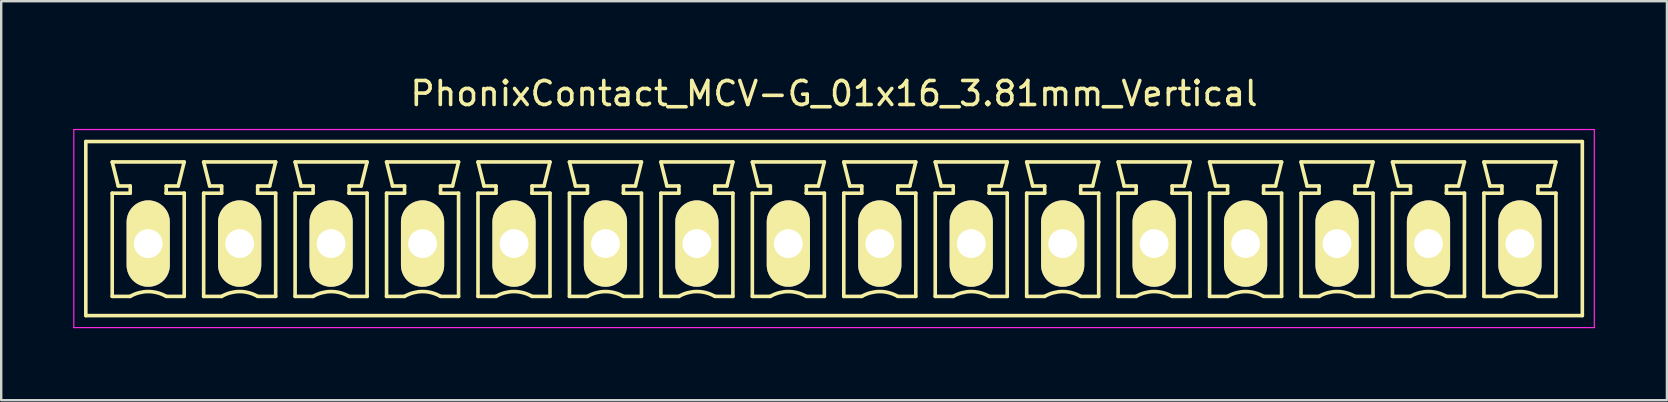
<source format=kicad_pcb>
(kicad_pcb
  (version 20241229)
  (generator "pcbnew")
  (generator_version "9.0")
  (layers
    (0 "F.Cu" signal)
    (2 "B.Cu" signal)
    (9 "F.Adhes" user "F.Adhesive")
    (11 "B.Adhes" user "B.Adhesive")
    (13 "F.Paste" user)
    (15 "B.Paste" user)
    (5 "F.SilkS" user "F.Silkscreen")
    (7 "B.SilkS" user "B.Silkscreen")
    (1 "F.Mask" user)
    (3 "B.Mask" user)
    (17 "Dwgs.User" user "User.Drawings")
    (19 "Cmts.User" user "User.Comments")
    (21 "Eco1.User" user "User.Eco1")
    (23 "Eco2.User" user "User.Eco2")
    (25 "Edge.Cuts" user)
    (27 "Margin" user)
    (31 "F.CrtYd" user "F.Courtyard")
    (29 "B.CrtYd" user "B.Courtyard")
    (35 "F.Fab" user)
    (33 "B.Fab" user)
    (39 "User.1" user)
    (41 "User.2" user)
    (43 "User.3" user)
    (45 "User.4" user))
  (footprint "PhonixContact_MCV-G_01x16_3.81mm_Vertical"
    (layer "F.Cu")
    (at 3.125 7.098)
    (property "Reference" "PhonixContact_MCV-G_01x16_3.81mm_Vertical" (at 28.575 -6.25 0) (layer "F.SilkS") (effects (font (size 1 1) (thickness 0.15))))
    (attr through_hole)
    (fp_line (start -2.6 -4.25) (end -2.6 3) (stroke (width 0.15) (type solid)) (layer "F.SilkS"))
    (fp_line (start -2.6 3) (end 59.75 3) (stroke (width 0.15) (type solid)) (layer "F.SilkS"))
    (fp_line (start -1.5 -3.4) (end 1.5 -3.4) (stroke (width 0.15) (type solid)) (layer "F.SilkS"))
    (fp_line (start -1.5 -2.1) (end -0.75 -2.1) (stroke (width 0.15) (type solid)) (layer "F.SilkS"))
    (fp_line (start -1.5 2.2) (end -1.5 -2.1) (stroke (width 0.15) (type solid)) (layer "F.SilkS"))
    (fp_line (start -1.25 -2.4) (end -1.5 -3.4) (stroke (width 0.15) (type solid)) (layer "F.SilkS"))
    (fp_line (start -0.75 -2.4) (end -1.25 -2.4) (stroke (width 0.15) (type solid)) (layer "F.SilkS"))
    (fp_line (start -0.75 -2.1) (end -0.75 -2.4) (stroke (width 0.15) (type solid)) (layer "F.SilkS"))
    (fp_line (start -0.75 2.2) (end -1.5 2.2) (stroke (width 0.15) (type solid)) (layer "F.SilkS"))
    (fp_line (start 0.75 -2.4) (end 0.75 -2.1) (stroke (width 0.15) (type solid)) (layer "F.SilkS"))
    (fp_line (start 0.75 -2.1) (end 0.75 -2.1) (stroke (width 0.15) (type solid)) (layer "F.SilkS"))
    (fp_line (start 0.75 -2.1) (end 1.5 -2.1) (stroke (width 0.15) (type solid)) (layer "F.SilkS"))
    (fp_line (start 1.25 -2.4) (end 0.75 -2.4) (stroke (width 0.15) (type solid)) (layer "F.SilkS"))
    (fp_line (start 1.5 -3.4) (end 1.25 -2.4) (stroke (width 0.15) (type solid)) (layer "F.SilkS"))
    (fp_line (start 1.5 -2.1) (end 1.5 2.2) (stroke (width 0.15) (type solid)) (layer "F.SilkS"))
    (fp_line (start 1.5 2.2) (end 0.75 2.2) (stroke (width 0.15) (type solid)) (layer "F.SilkS"))
    (fp_line (start 2.31 -3.4) (end 5.31 -3.4) (stroke (width 0.15) (type solid)) (layer "F.SilkS"))
    (fp_line (start 2.31 -2.1) (end 3.06 -2.1) (stroke (width 0.15) (type solid)) (layer "F.SilkS"))
    (fp_line (start 2.31 2.2) (end 2.31 -2.1) (stroke (width 0.15) (type solid)) (layer "F.SilkS"))
    (fp_line (start 2.56 -2.4) (end 2.31 -3.4) (stroke (width 0.15) (type solid)) (layer "F.SilkS"))
    (fp_line (start 3.06 -2.4) (end 2.56 -2.4) (stroke (width 0.15) (type solid)) (layer "F.SilkS"))
    (fp_line (start 3.06 -2.1) (end 3.06 -2.4) (stroke (width 0.15) (type solid)) (layer "F.SilkS"))
    (fp_line (start 3.06 2.2) (end 2.31 2.2) (stroke (width 0.15) (type solid)) (layer "F.SilkS"))
    (fp_line (start 4.56 -2.4) (end 4.56 -2.1) (stroke (width 0.15) (type solid)) (layer "F.SilkS"))
    (fp_line (start 4.56 -2.1) (end 4.56 -2.1) (stroke (width 0.15) (type solid)) (layer "F.SilkS"))
    (fp_line (start 4.56 -2.1) (end 5.31 -2.1) (stroke (width 0.15) (type solid)) (layer "F.SilkS"))
    (fp_line (start 5.06 -2.4) (end 4.56 -2.4) (stroke (width 0.15) (type solid)) (layer "F.SilkS"))
    (fp_line (start 5.31 -3.4) (end 5.06 -2.4) (stroke (width 0.15) (type solid)) (layer "F.SilkS"))
    (fp_line (start 5.31 -2.1) (end 5.31 2.2) (stroke (width 0.15) (type solid)) (layer "F.SilkS"))
    (fp_line (start 5.31 2.2) (end 4.56 2.2) (stroke (width 0.15) (type solid)) (layer "F.SilkS"))
    (fp_line (start 6.12 -3.4) (end 9.12 -3.4) (stroke (width 0.15) (type solid)) (layer "F.SilkS"))
    (fp_line (start 6.12 -2.1) (end 6.87 -2.1) (stroke (width 0.15) (type solid)) (layer "F.SilkS"))
    (fp_line (start 6.12 2.2) (end 6.12 -2.1) (stroke (width 0.15) (type solid)) (layer "F.SilkS"))
    (fp_line (start 6.37 -2.4) (end 6.12 -3.4) (stroke (width 0.15) (type solid)) (layer "F.SilkS"))
    (fp_line (start 6.87 -2.4) (end 6.37 -2.4) (stroke (width 0.15) (type solid)) (layer "F.SilkS"))
    (fp_line (start 6.87 -2.1) (end 6.87 -2.4) (stroke (width 0.15) (type solid)) (layer "F.SilkS"))
    (fp_line (start 6.87 2.2) (end 6.12 2.2) (stroke (width 0.15) (type solid)) (layer "F.SilkS"))
    (fp_line (start 8.37 -2.4) (end 8.37 -2.1) (stroke (width 0.15) (type solid)) (layer "F.SilkS"))
    (fp_line (start 8.37 -2.1) (end 8.37 -2.1) (stroke (width 0.15) (type solid)) (layer "F.SilkS"))
    (fp_line (start 8.37 -2.1) (end 9.12 -2.1) (stroke (width 0.15) (type solid)) (layer "F.SilkS"))
    (fp_line (start 8.87 -2.4) (end 8.37 -2.4) (stroke (width 0.15) (type solid)) (layer "F.SilkS"))
    (fp_line (start 9.12 -3.4) (end 8.87 -2.4) (stroke (width 0.15) (type solid)) (layer "F.SilkS"))
    (fp_line (start 9.12 -2.1) (end 9.12 2.2) (stroke (width 0.15) (type solid)) (layer "F.SilkS"))
    (fp_line (start 9.12 2.2) (end 8.37 2.2) (stroke (width 0.15) (type solid)) (layer "F.SilkS"))
    (fp_line (start 9.93 -3.4) (end 12.93 -3.4) (stroke (width 0.15) (type solid)) (layer "F.SilkS"))
    (fp_line (start 9.93 -2.1) (end 10.68 -2.1) (stroke (width 0.15) (type solid)) (layer "F.SilkS"))
    (fp_line (start 9.93 2.2) (end 9.93 -2.1) (stroke (width 0.15) (type solid)) (layer "F.SilkS"))
    (fp_line (start 10.18 -2.4) (end 9.93 -3.4) (stroke (width 0.15) (type solid)) (layer "F.SilkS"))
    (fp_line (start 10.68 -2.4) (end 10.18 -2.4) (stroke (width 0.15) (type solid)) (layer "F.SilkS"))
    (fp_line (start 10.68 -2.1) (end 10.68 -2.4) (stroke (width 0.15) (type solid)) (layer "F.SilkS"))
    (fp_line (start 10.68 2.2) (end 9.93 2.2) (stroke (width 0.15) (type solid)) (layer "F.SilkS"))
    (fp_line (start 12.18 -2.4) (end 12.18 -2.1) (stroke (width 0.15) (type solid)) (layer "F.SilkS"))
    (fp_line (start 12.18 -2.1) (end 12.18 -2.1) (stroke (width 0.15) (type solid)) (layer "F.SilkS"))
    (fp_line (start 12.18 -2.1) (end 12.93 -2.1) (stroke (width 0.15) (type solid)) (layer "F.SilkS"))
    (fp_line (start 12.68 -2.4) (end 12.18 -2.4) (stroke (width 0.15) (type solid)) (layer "F.SilkS"))
    (fp_line (start 12.93 -3.4) (end 12.68 -2.4) (stroke (width 0.15) (type solid)) (layer "F.SilkS"))
    (fp_line (start 12.93 -2.1) (end 12.93 2.2) (stroke (width 0.15) (type solid)) (layer "F.SilkS"))
    (fp_line (start 12.93 2.2) (end 12.18 2.2) (stroke (width 0.15) (type solid)) (layer "F.SilkS"))
    (fp_line (start 13.74 -3.4) (end 16.74 -3.4) (stroke (width 0.15) (type solid)) (layer "F.SilkS"))
    (fp_line (start 13.74 -2.1) (end 14.49 -2.1) (stroke (width 0.15) (type solid)) (layer "F.SilkS"))
    (fp_line (start 13.74 2.2) (end 13.74 -2.1) (stroke (width 0.15) (type solid)) (layer "F.SilkS"))
    (fp_line (start 13.99 -2.4) (end 13.74 -3.4) (stroke (width 0.15) (type solid)) (layer "F.SilkS"))
    (fp_line (start 14.49 -2.4) (end 13.99 -2.4) (stroke (width 0.15) (type solid)) (layer "F.SilkS"))
    (fp_line (start 14.49 -2.1) (end 14.49 -2.4) (stroke (width 0.15) (type solid)) (layer "F.SilkS"))
    (fp_line (start 14.49 2.2) (end 13.74 2.2) (stroke (width 0.15) (type solid)) (layer "F.SilkS"))
    (fp_line (start 15.99 -2.4) (end 15.99 -2.1) (stroke (width 0.15) (type solid)) (layer "F.SilkS"))
    (fp_line (start 15.99 -2.1) (end 15.99 -2.1) (stroke (width 0.15) (type solid)) (layer "F.SilkS"))
    (fp_line (start 15.99 -2.1) (end 16.74 -2.1) (stroke (width 0.15) (type solid)) (layer "F.SilkS"))
    (fp_line (start 16.49 -2.4) (end 15.99 -2.4) (stroke (width 0.15) (type solid)) (layer "F.SilkS"))
    (fp_line (start 16.74 -3.4) (end 16.49 -2.4) (stroke (width 0.15) (type solid)) (layer "F.SilkS"))
    (fp_line (start 16.74 -2.1) (end 16.74 2.2) (stroke (width 0.15) (type solid)) (layer "F.SilkS"))
    (fp_line (start 16.74 2.2) (end 15.99 2.2) (stroke (width 0.15) (type solid)) (layer "F.SilkS"))
    (fp_line (start 17.55 -3.4) (end 20.55 -3.4) (stroke (width 0.15) (type solid)) (layer "F.SilkS"))
    (fp_line (start 17.55 -2.1) (end 18.3 -2.1) (stroke (width 0.15) (type solid)) (layer "F.SilkS"))
    (fp_line (start 17.55 2.2) (end 17.55 -2.1) (stroke (width 0.15) (type solid)) (layer "F.SilkS"))
    (fp_line (start 17.8 -2.4) (end 17.55 -3.4) (stroke (width 0.15) (type solid)) (layer "F.SilkS"))
    (fp_line (start 18.3 -2.4) (end 17.8 -2.4) (stroke (width 0.15) (type solid)) (layer "F.SilkS"))
    (fp_line (start 18.3 -2.1) (end 18.3 -2.4) (stroke (width 0.15) (type solid)) (layer "F.SilkS"))
    (fp_line (start 18.3 2.2) (end 17.55 2.2) (stroke (width 0.15) (type solid)) (layer "F.SilkS"))
    (fp_line (start 19.8 -2.4) (end 19.8 -2.1) (stroke (width 0.15) (type solid)) (layer "F.SilkS"))
    (fp_line (start 19.8 -2.1) (end 19.8 -2.1) (stroke (width 0.15) (type solid)) (layer "F.SilkS"))
    (fp_line (start 19.8 -2.1) (end 20.55 -2.1) (stroke (width 0.15) (type solid)) (layer "F.SilkS"))
    (fp_line (start 20.3 -2.4) (end 19.8 -2.4) (stroke (width 0.15) (type solid)) (layer "F.SilkS"))
    (fp_line (start 20.55 -3.4) (end 20.3 -2.4) (stroke (width 0.15) (type solid)) (layer "F.SilkS"))
    (fp_line (start 20.55 -2.1) (end 20.55 2.2) (stroke (width 0.15) (type solid)) (layer "F.SilkS"))
    (fp_line (start 20.55 2.2) (end 19.8 2.2) (stroke (width 0.15) (type solid)) (layer "F.SilkS"))
    (fp_line (start 21.36 -3.4) (end 24.36 -3.4) (stroke (width 0.15) (type solid)) (layer "F.SilkS"))
    (fp_line (start 21.36 -2.1) (end 22.11 -2.1) (stroke (width 0.15) (type solid)) (layer "F.SilkS"))
    (fp_line (start 21.36 2.2) (end 21.36 -2.1) (stroke (width 0.15) (type solid)) (layer "F.SilkS"))
    (fp_line (start 21.61 -2.4) (end 21.36 -3.4) (stroke (width 0.15) (type solid)) (layer "F.SilkS"))
    (fp_line (start 22.11 -2.4) (end 21.61 -2.4) (stroke (width 0.15) (type solid)) (layer "F.SilkS"))
    (fp_line (start 22.11 -2.1) (end 22.11 -2.4) (stroke (width 0.15) (type solid)) (layer "F.SilkS"))
    (fp_line (start 22.11 2.2) (end 21.36 2.2) (stroke (width 0.15) (type solid)) (layer "F.SilkS"))
    (fp_line (start 23.61 -2.4) (end 23.61 -2.1) (stroke (width 0.15) (type solid)) (layer "F.SilkS"))
    (fp_line (start 23.61 -2.1) (end 23.61 -2.1) (stroke (width 0.15) (type solid)) (layer "F.SilkS"))
    (fp_line (start 23.61 -2.1) (end 24.36 -2.1) (stroke (width 0.15) (type solid)) (layer "F.SilkS"))
    (fp_line (start 24.11 -2.4) (end 23.61 -2.4) (stroke (width 0.15) (type solid)) (layer "F.SilkS"))
    (fp_line (start 24.36 -3.4) (end 24.11 -2.4) (stroke (width 0.15) (type solid)) (layer "F.SilkS"))
    (fp_line (start 24.36 -2.1) (end 24.36 2.2) (stroke (width 0.15) (type solid)) (layer "F.SilkS"))
    (fp_line (start 24.36 2.2) (end 23.61 2.2) (stroke (width 0.15) (type solid)) (layer "F.SilkS"))
    (fp_line (start 25.17 -3.4) (end 28.17 -3.4) (stroke (width 0.15) (type solid)) (layer "F.SilkS"))
    (fp_line (start 25.17 -2.1) (end 25.92 -2.1) (stroke (width 0.15) (type solid)) (layer "F.SilkS"))
    (fp_line (start 25.17 2.2) (end 25.17 -2.1) (stroke (width 0.15) (type solid)) (layer "F.SilkS"))
    (fp_line (start 25.42 -2.4) (end 25.17 -3.4) (stroke (width 0.15) (type solid)) (layer "F.SilkS"))
    (fp_line (start 25.92 -2.4) (end 25.42 -2.4) (stroke (width 0.15) (type solid)) (layer "F.SilkS"))
    (fp_line (start 25.92 -2.1) (end 25.92 -2.4) (stroke (width 0.15) (type solid)) (layer "F.SilkS"))
    (fp_line (start 25.92 2.2) (end 25.17 2.2) (stroke (width 0.15) (type solid)) (layer "F.SilkS"))
    (fp_line (start 27.42 -2.4) (end 27.42 -2.1) (stroke (width 0.15) (type solid)) (layer "F.SilkS"))
    (fp_line (start 27.42 -2.1) (end 27.42 -2.1) (stroke (width 0.15) (type solid)) (layer "F.SilkS"))
    (fp_line (start 27.42 -2.1) (end 28.17 -2.1) (stroke (width 0.15) (type solid)) (layer "F.SilkS"))
    (fp_line (start 27.92 -2.4) (end 27.42 -2.4) (stroke (width 0.15) (type solid)) (layer "F.SilkS"))
    (fp_line (start 28.17 -3.4) (end 27.92 -2.4) (stroke (width 0.15) (type solid)) (layer "F.SilkS"))
    (fp_line (start 28.17 -2.1) (end 28.17 2.2) (stroke (width 0.15) (type solid)) (layer "F.SilkS"))
    (fp_line (start 28.17 2.2) (end 27.42 2.2) (stroke (width 0.15) (type solid)) (layer "F.SilkS"))
    (fp_line (start 28.98 -3.4) (end 31.98 -3.4) (stroke (width 0.15) (type solid)) (layer "F.SilkS"))
    (fp_line (start 28.98 -2.1) (end 29.73 -2.1) (stroke (width 0.15) (type solid)) (layer "F.SilkS"))
    (fp_line (start 28.98 2.2) (end 28.98 -2.1) (stroke (width 0.15) (type solid)) (layer "F.SilkS"))
    (fp_line (start 29.23 -2.4) (end 28.98 -3.4) (stroke (width 0.15) (type solid)) (layer "F.SilkS"))
    (fp_line (start 29.73 -2.4) (end 29.23 -2.4) (stroke (width 0.15) (type solid)) (layer "F.SilkS"))
    (fp_line (start 29.73 -2.1) (end 29.73 -2.4) (stroke (width 0.15) (type solid)) (layer "F.SilkS"))
    (fp_line (start 29.73 2.2) (end 28.98 2.2) (stroke (width 0.15) (type solid)) (layer "F.SilkS"))
    (fp_line (start 31.23 -2.4) (end 31.23 -2.1) (stroke (width 0.15) (type solid)) (layer "F.SilkS"))
    (fp_line (start 31.23 -2.1) (end 31.23 -2.1) (stroke (width 0.15) (type solid)) (layer "F.SilkS"))
    (fp_line (start 31.23 -2.1) (end 31.98 -2.1) (stroke (width 0.15) (type solid)) (layer "F.SilkS"))
    (fp_line (start 31.73 -2.4) (end 31.23 -2.4) (stroke (width 0.15) (type solid)) (layer "F.SilkS"))
    (fp_line (start 31.98 -3.4) (end 31.73 -2.4) (stroke (width 0.15) (type solid)) (layer "F.SilkS"))
    (fp_line (start 31.98 -2.1) (end 31.98 2.2) (stroke (width 0.15) (type solid)) (layer "F.SilkS"))
    (fp_line (start 31.98 2.2) (end 31.23 2.2) (stroke (width 0.15) (type solid)) (layer "F.SilkS"))
    (fp_line (start 32.79 -3.4) (end 35.79 -3.4) (stroke (width 0.15) (type solid)) (layer "F.SilkS"))
    (fp_line (start 32.79 -2.1) (end 33.54 -2.1) (stroke (width 0.15) (type solid)) (layer "F.SilkS"))
    (fp_line (start 32.79 2.2) (end 32.79 -2.1) (stroke (width 0.15) (type solid)) (layer "F.SilkS"))
    (fp_line (start 33.04 -2.4) (end 32.79 -3.4) (stroke (width 0.15) (type solid)) (layer "F.SilkS"))
    (fp_line (start 33.54 -2.4) (end 33.04 -2.4) (stroke (width 0.15) (type solid)) (layer "F.SilkS"))
    (fp_line (start 33.54 -2.1) (end 33.54 -2.4) (stroke (width 0.15) (type solid)) (layer "F.SilkS"))
    (fp_line (start 33.54 2.2) (end 32.79 2.2) (stroke (width 0.15) (type solid)) (layer "F.SilkS"))
    (fp_line (start 35.04 -2.4) (end 35.04 -2.1) (stroke (width 0.15) (type solid)) (layer "F.SilkS"))
    (fp_line (start 35.04 -2.1) (end 35.04 -2.1) (stroke (width 0.15) (type solid)) (layer "F.SilkS"))
    (fp_line (start 35.04 -2.1) (end 35.79 -2.1) (stroke (width 0.15) (type solid)) (layer "F.SilkS"))
    (fp_line (start 35.54 -2.4) (end 35.04 -2.4) (stroke (width 0.15) (type solid)) (layer "F.SilkS"))
    (fp_line (start 35.79 -3.4) (end 35.54 -2.4) (stroke (width 0.15) (type solid)) (layer "F.SilkS"))
    (fp_line (start 35.79 -2.1) (end 35.79 2.2) (stroke (width 0.15) (type solid)) (layer "F.SilkS"))
    (fp_line (start 35.79 2.2) (end 35.04 2.2) (stroke (width 0.15) (type solid)) (layer "F.SilkS"))
    (fp_line (start 36.6 -3.4) (end 39.6 -3.4) (stroke (width 0.15) (type solid)) (layer "F.SilkS"))
    (fp_line (start 36.6 -2.1) (end 37.35 -2.1) (stroke (width 0.15) (type solid)) (layer "F.SilkS"))
    (fp_line (start 36.6 2.2) (end 36.6 -2.1) (stroke (width 0.15) (type solid)) (layer "F.SilkS"))
    (fp_line (start 36.85 -2.4) (end 36.6 -3.4) (stroke (width 0.15) (type solid)) (layer "F.SilkS"))
    (fp_line (start 37.35 -2.4) (end 36.85 -2.4) (stroke (width 0.15) (type solid)) (layer "F.SilkS"))
    (fp_line (start 37.35 -2.1) (end 37.35 -2.4) (stroke (width 0.15) (type solid)) (layer "F.SilkS"))
    (fp_line (start 37.35 2.2) (end 36.6 2.2) (stroke (width 0.15) (type solid)) (layer "F.SilkS"))
    (fp_line (start 38.85 -2.4) (end 38.85 -2.1) (stroke (width 0.15) (type solid)) (layer "F.SilkS"))
    (fp_line (start 38.85 -2.1) (end 38.85 -2.1) (stroke (width 0.15) (type solid)) (layer "F.SilkS"))
    (fp_line (start 38.85 -2.1) (end 39.6 -2.1) (stroke (width 0.15) (type solid)) (layer "F.SilkS"))
    (fp_line (start 39.35 -2.4) (end 38.85 -2.4) (stroke (width 0.15) (type solid)) (layer "F.SilkS"))
    (fp_line (start 39.6 -3.4) (end 39.35 -2.4) (stroke (width 0.15) (type solid)) (layer "F.SilkS"))
    (fp_line (start 39.6 -2.1) (end 39.6 2.2) (stroke (width 0.15) (type solid)) (layer "F.SilkS"))
    (fp_line (start 39.6 2.2) (end 38.85 2.2) (stroke (width 0.15) (type solid)) (layer "F.SilkS"))
    (fp_line (start 40.41 -3.4) (end 43.41 -3.4) (stroke (width 0.15) (type solid)) (layer "F.SilkS"))
    (fp_line (start 40.41 -2.1) (end 41.16 -2.1) (stroke (width 0.15) (type solid)) (layer "F.SilkS"))
    (fp_line (start 40.41 2.2) (end 40.41 -2.1) (stroke (width 0.15) (type solid)) (layer "F.SilkS"))
    (fp_line (start 40.66 -2.4) (end 40.41 -3.4) (stroke (width 0.15) (type solid)) (layer "F.SilkS"))
    (fp_line (start 41.16 -2.4) (end 40.66 -2.4) (stroke (width 0.15) (type solid)) (layer "F.SilkS"))
    (fp_line (start 41.16 -2.1) (end 41.16 -2.4) (stroke (width 0.15) (type solid)) (layer "F.SilkS"))
    (fp_line (start 41.16 2.2) (end 40.41 2.2) (stroke (width 0.15) (type solid)) (layer "F.SilkS"))
    (fp_line (start 42.66 -2.4) (end 42.66 -2.1) (stroke (width 0.15) (type solid)) (layer "F.SilkS"))
    (fp_line (start 42.66 -2.1) (end 42.66 -2.1) (stroke (width 0.15) (type solid)) (layer "F.SilkS"))
    (fp_line (start 42.66 -2.1) (end 43.41 -2.1) (stroke (width 0.15) (type solid)) (layer "F.SilkS"))
    (fp_line (start 43.16 -2.4) (end 42.66 -2.4) (stroke (width 0.15) (type solid)) (layer "F.SilkS"))
    (fp_line (start 43.41 -3.4) (end 43.16 -2.4) (stroke (width 0.15) (type solid)) (layer "F.SilkS"))
    (fp_line (start 43.41 -2.1) (end 43.41 2.2) (stroke (width 0.15) (type solid)) (layer "F.SilkS"))
    (fp_line (start 43.41 2.2) (end 42.66 2.2) (stroke (width 0.15) (type solid)) (layer "F.SilkS"))
    (fp_line (start 44.22 -3.4) (end 47.22 -3.4) (stroke (width 0.15) (type solid)) (layer "F.SilkS"))
    (fp_line (start 44.22 -2.1) (end 44.97 -2.1) (stroke (width 0.15) (type solid)) (layer "F.SilkS"))
    (fp_line (start 44.22 2.2) (end 44.22 -2.1) (stroke (width 0.15) (type solid)) (layer "F.SilkS"))
    (fp_line (start 44.47 -2.4) (end 44.22 -3.4) (stroke (width 0.15) (type solid)) (layer "F.SilkS"))
    (fp_line (start 44.97 -2.4) (end 44.47 -2.4) (stroke (width 0.15) (type solid)) (layer "F.SilkS"))
    (fp_line (start 44.97 -2.1) (end 44.97 -2.4) (stroke (width 0.15) (type solid)) (layer "F.SilkS"))
    (fp_line (start 44.97 2.2) (end 44.22 2.2) (stroke (width 0.15) (type solid)) (layer "F.SilkS"))
    (fp_line (start 46.47 -2.4) (end 46.47 -2.1) (stroke (width 0.15) (type solid)) (layer "F.SilkS"))
    (fp_line (start 46.47 -2.1) (end 46.47 -2.1) (stroke (width 0.15) (type solid)) (layer "F.SilkS"))
    (fp_line (start 46.47 -2.1) (end 47.22 -2.1) (stroke (width 0.15) (type solid)) (layer "F.SilkS"))
    (fp_line (start 46.97 -2.4) (end 46.47 -2.4) (stroke (width 0.15) (type solid)) (layer "F.SilkS"))
    (fp_line (start 47.22 -3.4) (end 46.97 -2.4) (stroke (width 0.15) (type solid)) (layer "F.SilkS"))
    (fp_line (start 47.22 -2.1) (end 47.22 2.2) (stroke (width 0.15) (type solid)) (layer "F.SilkS"))
    (fp_line (start 47.22 2.2) (end 46.47 2.2) (stroke (width 0.15) (type solid)) (layer "F.SilkS"))
    (fp_line (start 48.03 -3.4) (end 51.03 -3.4) (stroke (width 0.15) (type solid)) (layer "F.SilkS"))
    (fp_line (start 48.03 -2.1) (end 48.78 -2.1) (stroke (width 0.15) (type solid)) (layer "F.SilkS"))
    (fp_line (start 48.03 2.2) (end 48.03 -2.1) (stroke (width 0.15) (type solid)) (layer "F.SilkS"))
    (fp_line (start 48.28 -2.4) (end 48.03 -3.4) (stroke (width 0.15) (type solid)) (layer "F.SilkS"))
    (fp_line (start 48.78 -2.4) (end 48.28 -2.4) (stroke (width 0.15) (type solid)) (layer "F.SilkS"))
    (fp_line (start 48.78 -2.1) (end 48.78 -2.4) (stroke (width 0.15) (type solid)) (layer "F.SilkS"))
    (fp_line (start 48.78 2.2) (end 48.03 2.2) (stroke (width 0.15) (type solid)) (layer "F.SilkS"))
    (fp_line (start 50.28 -2.4) (end 50.28 -2.1) (stroke (width 0.15) (type solid)) (layer "F.SilkS"))
    (fp_line (start 50.28 -2.1) (end 50.28 -2.1) (stroke (width 0.15) (type solid)) (layer "F.SilkS"))
    (fp_line (start 50.28 -2.1) (end 51.03 -2.1) (stroke (width 0.15) (type solid)) (layer "F.SilkS"))
    (fp_line (start 50.78 -2.4) (end 50.28 -2.4) (stroke (width 0.15) (type solid)) (layer "F.SilkS"))
    (fp_line (start 51.03 -3.4) (end 50.78 -2.4) (stroke (width 0.15) (type solid)) (layer "F.SilkS"))
    (fp_line (start 51.03 -2.1) (end 51.03 2.2) (stroke (width 0.15) (type solid)) (layer "F.SilkS"))
    (fp_line (start 51.03 2.2) (end 50.28 2.2) (stroke (width 0.15) (type solid)) (layer "F.SilkS"))
    (fp_line (start 51.84 -3.4) (end 54.84 -3.4) (stroke (width 0.15) (type solid)) (layer "F.SilkS"))
    (fp_line (start 51.84 -2.1) (end 52.59 -2.1) (stroke (width 0.15) (type solid)) (layer "F.SilkS"))
    (fp_line (start 51.84 2.2) (end 51.84 -2.1) (stroke (width 0.15) (type solid)) (layer "F.SilkS"))
    (fp_line (start 52.09 -2.4) (end 51.84 -3.4) (stroke (width 0.15) (type solid)) (layer "F.SilkS"))
    (fp_line (start 52.59 -2.4) (end 52.09 -2.4) (stroke (width 0.15) (type solid)) (layer "F.SilkS"))
    (fp_line (start 52.59 -2.1) (end 52.59 -2.4) (stroke (width 0.15) (type solid)) (layer "F.SilkS"))
    (fp_line (start 52.59 2.2) (end 51.84 2.2) (stroke (width 0.15) (type solid)) (layer "F.SilkS"))
    (fp_line (start 54.09 -2.4) (end 54.09 -2.1) (stroke (width 0.15) (type solid)) (layer "F.SilkS"))
    (fp_line (start 54.09 -2.1) (end 54.09 -2.1) (stroke (width 0.15) (type solid)) (layer "F.SilkS"))
    (fp_line (start 54.09 -2.1) (end 54.84 -2.1) (stroke (width 0.15) (type solid)) (layer "F.SilkS"))
    (fp_line (start 54.59 -2.4) (end 54.09 -2.4) (stroke (width 0.15) (type solid)) (layer "F.SilkS"))
    (fp_line (start 54.84 -3.4) (end 54.59 -2.4) (stroke (width 0.15) (type solid)) (layer "F.SilkS"))
    (fp_line (start 54.84 -2.1) (end 54.84 2.2) (stroke (width 0.15) (type solid)) (layer "F.SilkS"))
    (fp_line (start 54.84 2.2) (end 54.09 2.2) (stroke (width 0.15) (type solid)) (layer "F.SilkS"))
    (fp_line (start 55.65 -3.4) (end 58.65 -3.4) (stroke (width 0.15) (type solid)) (layer "F.SilkS"))
    (fp_line (start 55.65 -2.1) (end 56.4 -2.1) (stroke (width 0.15) (type solid)) (layer "F.SilkS"))
    (fp_line (start 55.65 2.2) (end 55.65 -2.1) (stroke (width 0.15) (type solid)) (layer "F.SilkS"))
    (fp_line (start 55.9 -2.4) (end 55.65 -3.4) (stroke (width 0.15) (type solid)) (layer "F.SilkS"))
    (fp_line (start 56.4 -2.4) (end 55.9 -2.4) (stroke (width 0.15) (type solid)) (layer "F.SilkS"))
    (fp_line (start 56.4 -2.1) (end 56.4 -2.4) (stroke (width 0.15) (type solid)) (layer "F.SilkS"))
    (fp_line (start 56.4 2.2) (end 55.65 2.2) (stroke (width 0.15) (type solid)) (layer "F.SilkS"))
    (fp_line (start 57.9 -2.4) (end 57.9 -2.1) (stroke (width 0.15) (type solid)) (layer "F.SilkS"))
    (fp_line (start 57.9 -2.1) (end 57.9 -2.1) (stroke (width 0.15) (type solid)) (layer "F.SilkS"))
    (fp_line (start 57.9 -2.1) (end 58.65 -2.1) (stroke (width 0.15) (type solid)) (layer "F.SilkS"))
    (fp_line (start 58.4 -2.4) (end 57.9 -2.4) (stroke (width 0.15) (type solid)) (layer "F.SilkS"))
    (fp_line (start 58.65 -3.4) (end 58.4 -2.4) (stroke (width 0.15) (type solid)) (layer "F.SilkS"))
    (fp_line (start 58.65 -2.1) (end 58.65 2.2) (stroke (width 0.15) (type solid)) (layer "F.SilkS"))
    (fp_line (start 58.65 2.2) (end 57.9 2.2) (stroke (width 0.15) (type solid)) (layer "F.SilkS"))
    (fp_line (start 59.75 -4.25) (end -2.6 -4.25) (stroke (width 0.15) (type solid)) (layer "F.SilkS"))
    (fp_line (start 59.75 3) (end 59.75 -4.25) (stroke (width 0.15) (type solid)) (layer "F.SilkS"))
    (fp_arc (start -0.75 2.2) (mid -0.006068 1.999179) (end 0.739464 2.193978) (stroke (width 0.15) (type solid)) (layer "F.SilkS"))
    (fp_arc (start 3.06 2.2) (mid 3.803932 1.999179) (end 4.549464 2.193978) (stroke (width 0.15) (type solid)) (layer "F.SilkS"))
    (fp_arc (start 6.87 2.2) (mid 7.613932 1.999179) (end 8.359464 2.193978) (stroke (width 0.15) (type solid)) (layer "F.SilkS"))
    (fp_arc (start 10.68 2.2) (mid 11.423932 1.999179) (end 12.169464 2.193978) (stroke (width 0.15) (type solid)) (layer "F.SilkS"))
    (fp_arc (start 14.49 2.2) (mid 15.233932 1.999179) (end 15.979464 2.193978) (stroke (width 0.15) (type solid)) (layer "F.SilkS"))
    (fp_arc (start 18.3 2.2) (mid 19.043932 1.999179) (end 19.789464 2.193978) (stroke (width 0.15) (type solid)) (layer "F.SilkS"))
    (fp_arc (start 22.11 2.2) (mid 22.853932 1.999179) (end 23.599464 2.193978) (stroke (width 0.15) (type solid)) (layer "F.SilkS"))
    (fp_arc (start 25.92 2.2) (mid 26.663932 1.999179) (end 27.409464 2.193978) (stroke (width 0.15) (type solid)) (layer "F.SilkS"))
    (fp_arc (start 29.73 2.2) (mid 30.473932 1.999179) (end 31.219464 2.193978) (stroke (width 0.15) (type solid)) (layer "F.SilkS"))
    (fp_arc (start 33.54 2.2) (mid 34.283932 1.999179) (end 35.029464 2.193978) (stroke (width 0.15) (type solid)) (layer "F.SilkS"))
    (fp_arc (start 37.35 2.2) (mid 38.093932 1.999179) (end 38.839464 2.193978) (stroke (width 0.15) (type solid)) (layer "F.SilkS"))
    (fp_arc (start 41.16 2.2) (mid 41.903932 1.999179) (end 42.649464 2.193978) (stroke (width 0.15) (type solid)) (layer "F.SilkS"))
    (fp_arc (start 44.97 2.2) (mid 45.713932 1.999179) (end 46.459464 2.193978) (stroke (width 0.15) (type solid)) (layer "F.SilkS"))
    (fp_arc (start 48.78 2.2) (mid 49.523932 1.999179) (end 50.269464 2.193978) (stroke (width 0.15) (type solid)) (layer "F.SilkS"))
    (fp_arc (start 52.59 2.2) (mid 53.333932 1.999179) (end 54.079464 2.193978) (stroke (width 0.15) (type solid)) (layer "F.SilkS"))
    (fp_arc (start 56.4 2.2) (mid 57.143932 1.999179) (end 57.889464 2.193978) (stroke (width 0.15) (type solid)) (layer "F.SilkS"))
    (fp_line (start -3.1 -4.75) (end -3.1 3.5) (stroke (width 0.05) (type solid)) (layer "F.CrtYd"))
    (fp_line (start -3.1 3.5) (end 60.25 3.5) (stroke (width 0.05) (type solid)) (layer "F.CrtYd"))
    (fp_line (start 60.25 -4.75) (end -3.1 -4.75) (stroke (width 0.05) (type solid)) (layer "F.CrtYd"))
    (fp_line (start 60.25 3.5) (end 60.25 -4.75) (stroke (width 0.05) (type solid)) (layer "F.CrtYd"))
    (pad "1" thru_hole oval (at 0 0) (size 1.8 3.6) (drill 1.2) (layers "*.Cu" "*.Mask" "F.SilkS"))
    (pad "2" thru_hole oval (at 3.81 0) (size 1.8 3.6) (drill 1.2) (layers "*.Cu" "*.Mask" "F.SilkS"))
    (pad "3" thru_hole oval (at 7.62 0) (size 1.8 3.6) (drill 1.2) (layers "*.Cu" "*.Mask" "F.SilkS"))
    (pad "4" thru_hole oval (at 11.43 0) (size 1.8 3.6) (drill 1.2) (layers "*.Cu" "*.Mask" "F.SilkS"))
    (pad "5" thru_hole oval (at 15.24 0) (size 1.8 3.6) (drill 1.2) (layers "*.Cu" "*.Mask" "F.SilkS"))
    (pad "6" thru_hole oval (at 19.05 0) (size 1.8 3.6) (drill 1.2) (layers "*.Cu" "*.Mask" "F.SilkS"))
    (pad "7" thru_hole oval (at 22.86 0) (size 1.8 3.6) (drill 1.2) (layers "*.Cu" "*.Mask" "F.SilkS"))
    (pad "8" thru_hole oval (at 26.67 0) (size 1.8 3.6) (drill 1.2) (layers "*.Cu" "*.Mask" "F.SilkS"))
    (pad "9" thru_hole oval (at 30.48 0) (size 1.8 3.6) (drill 1.2) (layers "*.Cu" "*.Mask" "F.SilkS"))
    (pad "10" thru_hole oval (at 34.29 0) (size 1.8 3.6) (drill 1.2) (layers "*.Cu" "*.Mask" "F.SilkS"))
    (pad "11" thru_hole oval (at 38.1 0) (size 1.8 3.6) (drill 1.2) (layers "*.Cu" "*.Mask" "F.SilkS"))
    (pad "12" thru_hole oval (at 41.91 0) (size 1.8 3.6) (drill 1.2) (layers "*.Cu" "*.Mask" "F.SilkS"))
    (pad "13" thru_hole oval (at 45.72 0) (size 1.8 3.6) (drill 1.2) (layers "*.Cu" "*.Mask" "F.SilkS"))
    (pad "14" thru_hole oval (at 49.53 0) (size 1.8 3.6) (drill 1.2) (layers "*.Cu" "*.Mask" "F.SilkS"))
    (pad "15" thru_hole oval (at 53.34 0) (size 1.8 3.6) (drill 1.2) (layers "*.Cu" "*.Mask" "F.SilkS"))
    (pad "16" thru_hole oval (at 57.15 0) (size 1.8 3.6) (drill 1.2) (layers "*.Cu" "*.Mask" "F.SilkS")))
  (gr_rect
    (start -3 -3)
    (end 66.4 13.623)
    (stroke (width 0.1) (type default))
    (fill no)
    (layer "Edge.Cuts")))
</source>
